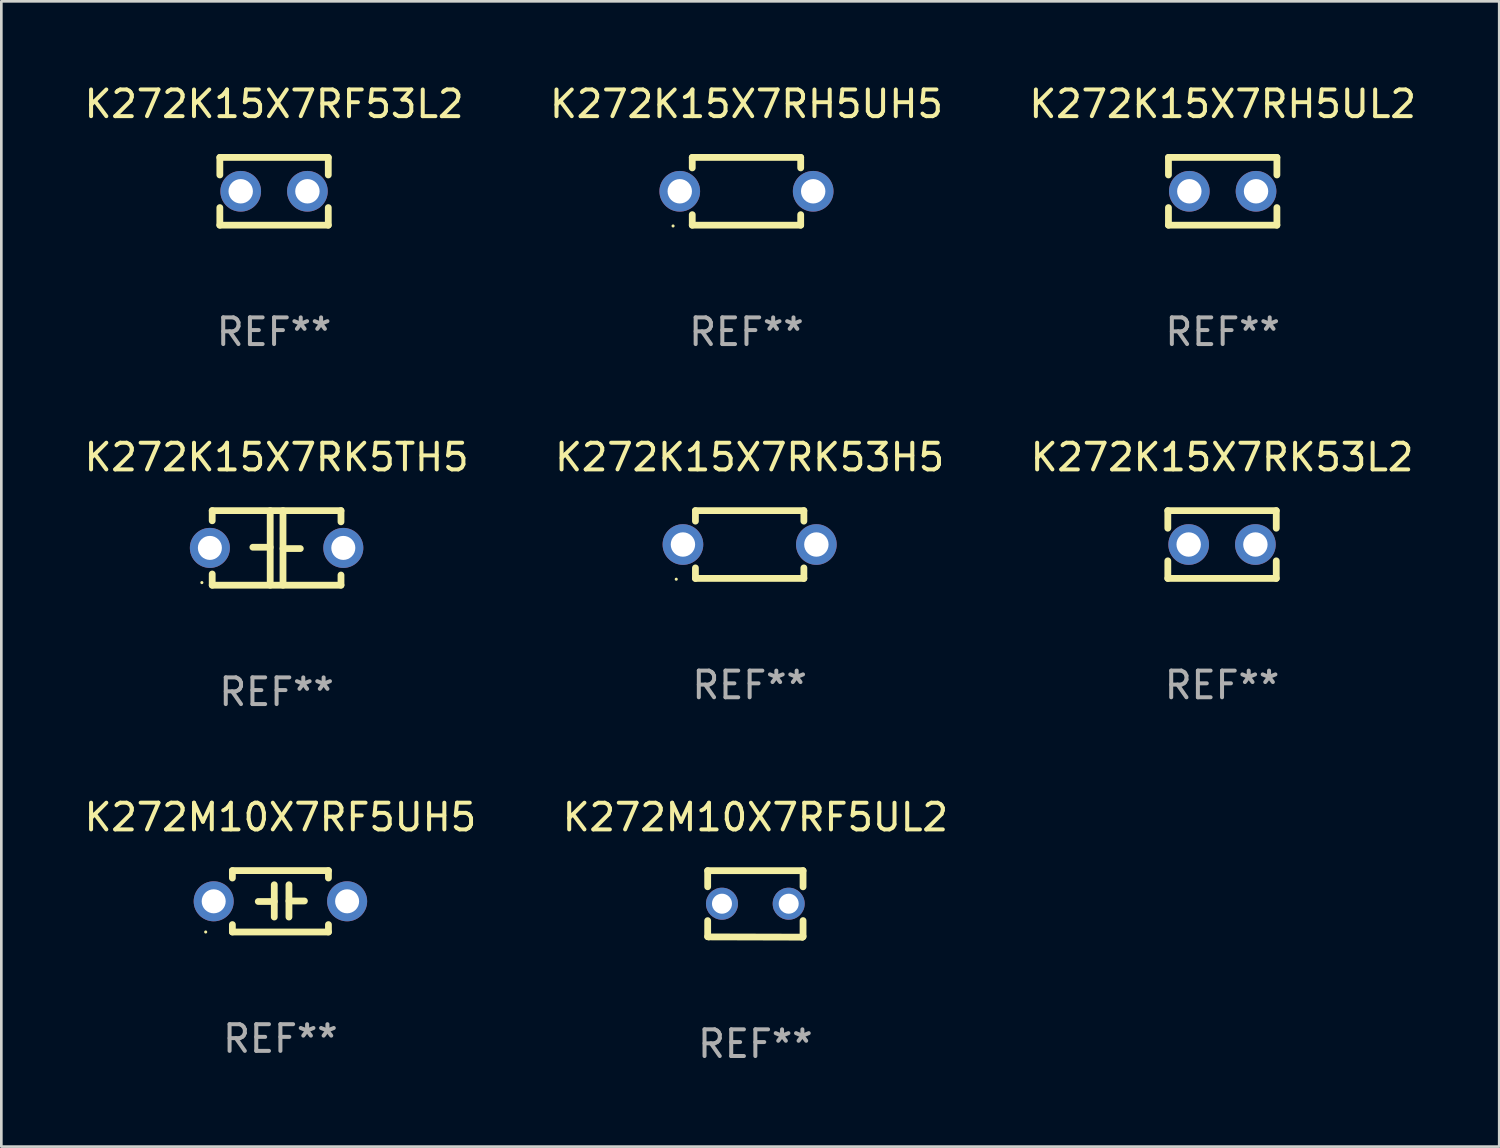
<source format=kicad_pcb>
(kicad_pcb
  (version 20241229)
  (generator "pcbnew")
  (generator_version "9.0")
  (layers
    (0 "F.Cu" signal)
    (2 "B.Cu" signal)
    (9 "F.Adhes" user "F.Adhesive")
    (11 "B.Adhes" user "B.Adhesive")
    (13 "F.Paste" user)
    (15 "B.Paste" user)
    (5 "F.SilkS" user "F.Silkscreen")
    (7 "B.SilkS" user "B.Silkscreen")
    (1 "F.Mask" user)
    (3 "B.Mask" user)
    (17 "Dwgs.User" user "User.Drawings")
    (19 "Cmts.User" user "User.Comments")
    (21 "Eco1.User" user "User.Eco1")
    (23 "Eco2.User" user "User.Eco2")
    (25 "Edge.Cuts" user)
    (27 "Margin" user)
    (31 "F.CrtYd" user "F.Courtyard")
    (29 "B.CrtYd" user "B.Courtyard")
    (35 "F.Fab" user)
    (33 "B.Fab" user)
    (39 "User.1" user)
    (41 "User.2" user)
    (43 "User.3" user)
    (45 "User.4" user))
  (footprint "K272K15X7RF53L2"
    (layer "F.Cu")
    (at 7.22 4.118)
    (property "Reference" "K272K15X7RF53L2" (at 0 -3.27 0) (layer "F.SilkS") (effects (font (size 1 1) (thickness 0.15))))
    (attr through_hole)
    (fp_line (start -2.032 -1.27) (end -2.032 -0.611) (stroke (width 0.254) (type solid)) (layer "F.SilkS"))
    (fp_line (start -2.032 0.611) (end -2.032 1.27) (stroke (width 0.254) (type solid)) (layer "F.SilkS"))
    (fp_line (start -2.032 1.27) (end 2.032 1.27) (stroke (width 0.254) (type solid)) (layer "F.SilkS"))
    (fp_line (start 2.032 -1.27) (end -2.032 -1.27) (stroke (width 0.254) (type solid)) (layer "F.SilkS"))
    (fp_line (start 2.032 -0.611) (end 2.032 -1.27) (stroke (width 0.254) (type solid)) (layer "F.SilkS"))
    (fp_line (start 2.032 1.27) (end 2.032 0.611) (stroke (width 0.254) (type solid)) (layer "F.SilkS"))
    (fp_circle (center -2 1.3) (end -1.97 1.3) (stroke (width 0.06) (type solid)) (fill no) (layer "F.SilkS"))
    (fp_text user "REF**" (at 0 5.27 0) (layer "F.Fab") (effects (font (size 1 1) (thickness 0.15))))
    (pad "1" thru_hole circle (at -1.25 0) (size 1.524 1.524) (drill 0.914) (layers "*.Cu" "*.Mask"))
    (pad "2" thru_hole circle (at 1.25 0) (size 1.524 1.524) (drill 0.914) (layers "*.Cu" "*.Mask")))
  (footprint "K272K15X7RK5TH5"
    (layer "F.Cu")
    (at 7.315 17.482)
    (property "Reference" "K272K15X7RK5TH5" (at 0 -3.397 0) (layer "F.SilkS") (effects (font (size 1 1) (thickness 0.15))))
    (attr through_hole)
    (fp_line (start -2.413 -1.397) (end 2.413 -1.397) (stroke (width 0.254) (type solid)) (layer "F.SilkS"))
    (fp_line (start -2.413 -1.016) (end -2.413 -1.397) (stroke (width 0.254) (type solid)) (layer "F.SilkS"))
    (fp_line (start -2.413 0.977) (end -2.413 1.397) (stroke (width 0.254) (type solid)) (layer "F.SilkS"))
    (fp_line (start -0.24 -0.025) (end -0.889 -0.025) (stroke (width 0.254) (type solid)) (layer "F.SilkS"))
    (fp_line (start -0.24 1.397) (end -0.24 -1.397) (stroke (width 0.254) (type solid)) (layer "F.SilkS"))
    (fp_line (start 0.24 -1.397) (end 0.24 1.397) (stroke (width 0.254) (type solid)) (layer "F.SilkS"))
    (fp_line (start 0.24 0.025) (end 0.889 0.025) (stroke (width 0.254) (type solid)) (layer "F.SilkS"))
    (fp_line (start 2.413 -0.977) (end 2.413 -1.397) (stroke (width 0.254) (type solid)) (layer "F.SilkS"))
    (fp_line (start 2.413 1.016) (end 2.413 1.397) (stroke (width 0.254) (type solid)) (layer "F.SilkS"))
    (fp_line (start 2.413 1.397) (end -2.413 1.397) (stroke (width 0.254) (type solid)) (layer "F.SilkS"))
    (fp_circle (center -2.8 1.3) (end -2.77 1.3) (stroke (width 0.06) (type solid)) (fill no) (layer "F.SilkS"))
    (fp_text user "REF**" (at 0 5.397 0) (layer "F.Fab") (effects (font (size 1 1) (thickness 0.15))))
    (pad "1" thru_hole circle (at -2.5 0) (size 1.5 1.5) (drill 0.9) (layers "*.Cu" "*.Mask"))
    (pad "2" thru_hole circle (at 2.5 0) (size 1.5 1.5) (drill 0.9) (layers "*.Cu" "*.Mask")))
  (footprint "K272K15X7RH5UL2"
    (layer "F.Cu")
    (at 42.768 4.118)
    (property "Reference" "K272K15X7RH5UL2" (at 0 -3.27 0) (layer "F.SilkS") (effects (font (size 1 1) (thickness 0.15))))
    (attr through_hole)
    (fp_line (start -2.032 -1.27) (end -2.032 -0.611) (stroke (width 0.254) (type solid)) (layer "F.SilkS"))
    (fp_line (start -2.032 0.611) (end -2.032 1.27) (stroke (width 0.254) (type solid)) (layer "F.SilkS"))
    (fp_line (start -2.032 1.27) (end 2.032 1.27) (stroke (width 0.254) (type solid)) (layer "F.SilkS"))
    (fp_line (start 2.032 -1.27) (end -2.032 -1.27) (stroke (width 0.254) (type solid)) (layer "F.SilkS"))
    (fp_line (start 2.032 -0.611) (end 2.032 -1.27) (stroke (width 0.254) (type solid)) (layer "F.SilkS"))
    (fp_line (start 2.032 1.27) (end 2.032 0.611) (stroke (width 0.254) (type solid)) (layer "F.SilkS"))
    (fp_circle (center -2 1.3) (end -1.97 1.3) (stroke (width 0.06) (type solid)) (fill no) (layer "F.SilkS"))
    (fp_text user "REF**" (at 0 5.27 0) (layer "F.Fab") (effects (font (size 1 1) (thickness 0.15))))
    (pad "1" thru_hole circle (at -1.25 0) (size 1.524 1.524) (drill 0.914) (layers "*.Cu" "*.Mask"))
    (pad "2" thru_hole circle (at 1.25 0) (size 1.524 1.524) (drill 0.914) (layers "*.Cu" "*.Mask")))
  (footprint "K272M10X7RF5UH5"
    (layer "F.Cu")
    (at 7.458 30.725)
    (property "Reference" "K272M10X7RF5UH5" (at 0 -3.15 0) (layer "F.SilkS") (effects (font (size 1 1) (thickness 0.15))))
    (attr through_hole)
    (fp_line (start -1.8 -1.15) (end -1.8 -0.872) (stroke (width 0.254) (type solid)) (layer "F.SilkS"))
    (fp_line (start -1.8 -1.15) (end 1.8 -1.15) (stroke (width 0.254) (type solid)) (layer "F.SilkS"))
    (fp_line (start -1.8 0.872) (end -1.8 1.15) (stroke (width 0.254) (type solid)) (layer "F.SilkS"))
    (fp_line (start -1.8 1.15) (end 1.8 1.15) (stroke (width 0.254) (type solid)) (layer "F.SilkS"))
    (fp_line (start -0.23 -0.62) (end -0.23 0.59) (stroke (width 0.254) (type solid)) (layer "F.SilkS"))
    (fp_line (start -0.23 0.007) (end -0.83 0.007) (stroke (width 0.254) (type solid)) (layer "F.SilkS"))
    (fp_line (start 0.32 -0.62) (end 0.32 0.59) (stroke (width 0.254) (type solid)) (layer "F.SilkS"))
    (fp_line (start 0.32 -0.012) (end 0.9 -0.012) (stroke (width 0.254) (type solid)) (layer "F.SilkS"))
    (fp_line (start 1.8 -1.15) (end 1.8 -0.872) (stroke (width 0.254) (type solid)) (layer "F.SilkS"))
    (fp_line (start 1.8 0.872) (end 1.8 1.15) (stroke (width 0.254) (type solid)) (layer "F.SilkS"))
    (fp_circle (center -2.8 1.15) (end -2.77 1.15) (stroke (width 0.06) (type solid)) (fill no) (layer "F.SilkS"))
    (fp_text user "REF**" (at 0 5.15 0) (layer "F.Fab") (effects (font (size 1 1) (thickness 0.15))))
    (pad "1" thru_hole circle (at -2.5 0) (size 1.5 1.5) (drill 0.9) (layers "*.Cu" "*.Mask"))
    (pad "2" thru_hole circle (at 2.5 0) (size 1.5 1.5) (drill 0.9) (layers "*.Cu" "*.Mask")))
  (footprint "K272K15X7RK53L2"
    (layer "F.Cu")
    (at 42.744 17.355)
    (property "Reference" "K272K15X7RK53L2" (at 0 -3.27 0) (layer "F.SilkS") (effects (font (size 1 1) (thickness 0.15))))
    (attr through_hole)
    (fp_line (start -2.032 -1.27) (end -2.032 -0.611) (stroke (width 0.254) (type solid)) (layer "F.SilkS"))
    (fp_line (start -2.032 0.611) (end -2.032 1.27) (stroke (width 0.254) (type solid)) (layer "F.SilkS"))
    (fp_line (start -2.032 1.27) (end 2.032 1.27) (stroke (width 0.254) (type solid)) (layer "F.SilkS"))
    (fp_line (start 2.032 -1.27) (end -2.032 -1.27) (stroke (width 0.254) (type solid)) (layer "F.SilkS"))
    (fp_line (start 2.032 -0.611) (end 2.032 -1.27) (stroke (width 0.254) (type solid)) (layer "F.SilkS"))
    (fp_line (start 2.032 1.27) (end 2.032 0.611) (stroke (width 0.254) (type solid)) (layer "F.SilkS"))
    (fp_circle (center -2 1.3) (end -1.97 1.3) (stroke (width 0.06) (type solid)) (fill no) (layer "F.SilkS"))
    (fp_text user "REF**" (at 0 5.27 0) (layer "F.Fab") (effects (font (size 1 1) (thickness 0.15))))
    (pad "1" thru_hole circle (at -1.25 0) (size 1.524 1.524) (drill 0.914) (layers "*.Cu" "*.Mask"))
    (pad "2" thru_hole circle (at 1.25 0) (size 1.524 1.524) (drill 0.914) (layers "*.Cu" "*.Mask")))
  (footprint "K272M10X7RF5UL2"
    (layer "F.Cu")
    (at 25.256 30.822)
    (property "Reference" "K272M10X7RF5UL2" (at 0 -3.246 0) (layer "F.SilkS") (effects (font (size 1 1) (thickness 0.15))))
    (attr through_hole)
    (fp_line (start -1.787 -1.246) (end -1.787 -0.642) (stroke (width 0.254) (type solid)) (layer "F.SilkS"))
    (fp_line (start -1.787 0.627) (end -1.787 1.228) (stroke (width 0.254) (type solid)) (layer "F.SilkS"))
    (fp_line (start -1.787 1.228) (end -1.75 1.237) (stroke (width 0.254) (type solid)) (layer "F.SilkS"))
    (fp_line (start -1.75 1.237) (end 1.759 1.246) (stroke (width 0.254) (type solid)) (layer "F.SilkS"))
    (fp_line (start 1.759 1.246) (end 1.787 1.218) (stroke (width 0.254) (type solid)) (layer "F.SilkS"))
    (fp_line (start 1.787 -1.246) (end -1.787 -1.246) (stroke (width 0.254) (type solid)) (layer "F.SilkS"))
    (fp_line (start 1.787 -0.639) (end 1.787 -1.246) (stroke (width 0.254) (type solid)) (layer "F.SilkS"))
    (fp_line (start 1.787 1.237) (end 1.787 0.625) (stroke (width 0.254) (type solid)) (layer "F.SilkS"))
    (fp_circle (center -1.801 1.243) (end -1.771 1.243) (stroke (width 0.06) (type solid)) (fill no) (layer "F.SilkS"))
    (fp_text user "REF**" (at 0 5.246 0) (layer "F.Fab") (effects (font (size 1 1) (thickness 0.15))))
    (pad "1" thru_hole circle (at -1.251 -0.007) (size 1.2 1.2) (drill 0.75) (layers "*.Cu" "*.Mask"))
    (pad "2" thru_hole circle (at 1.249 -0.007) (size 1.2 1.2) (drill 0.75) (layers "*.Cu" "*.Mask")))
  (footprint "K272K15X7RH5UH5"
    (layer "F.Cu")
    (at 24.923 4.118)
    (property "Reference" "K272K15X7RH5UH5" (at 0 -3.27 0) (layer "F.SilkS") (effects (font (size 1 1) (thickness 0.15))))
    (attr through_hole)
    (fp_line (start -2.032 -1.27) (end -2.032 -0.876) (stroke (width 0.254) (type solid)) (layer "F.SilkS"))
    (fp_line (start -2.032 0.876) (end -2.032 1.27) (stroke (width 0.254) (type solid)) (layer "F.SilkS"))
    (fp_line (start -2.032 1.27) (end 2.032 1.27) (stroke (width 0.254) (type solid)) (layer "F.SilkS"))
    (fp_line (start 2.032 -1.27) (end -2.032 -1.27) (stroke (width 0.254) (type solid)) (layer "F.SilkS"))
    (fp_line (start 2.032 -0.876) (end 2.032 -1.27) (stroke (width 0.254) (type solid)) (layer "F.SilkS"))
    (fp_line (start 2.032 1.27) (end 2.032 0.876) (stroke (width 0.254) (type solid)) (layer "F.SilkS"))
    (fp_circle (center -2.751 1.3) (end -2.721 1.3) (stroke (width 0.06) (type solid)) (fill no) (layer "F.SilkS"))
    (fp_text user "REF**" (at 0 5.27 0) (layer "F.Fab") (effects (font (size 1 1) (thickness 0.15))))
    (pad "1" thru_hole circle (at -2.5 0) (size 1.524 1.524) (drill 0.914) (layers "*.Cu" "*.Mask"))
    (pad "2" thru_hole circle (at 2.5 0) (size 1.524 1.524) (drill 0.914) (layers "*.Cu" "*.Mask")))
  (footprint "K272K15X7RK53H5"
    (layer "F.Cu")
    (at 25.042 17.355)
    (property "Reference" "K272K15X7RK53H5" (at 0 -3.27 0) (layer "F.SilkS") (effects (font (size 1 1) (thickness 0.15))))
    (attr through_hole)
    (fp_line (start -2.032 -1.27) (end -2.032 -0.876) (stroke (width 0.254) (type solid)) (layer "F.SilkS"))
    (fp_line (start -2.032 0.876) (end -2.032 1.27) (stroke (width 0.254) (type solid)) (layer "F.SilkS"))
    (fp_line (start -2.032 1.27) (end 2.032 1.27) (stroke (width 0.254) (type solid)) (layer "F.SilkS"))
    (fp_line (start 2.032 -1.27) (end -2.032 -1.27) (stroke (width 0.254) (type solid)) (layer "F.SilkS"))
    (fp_line (start 2.032 -0.876) (end 2.032 -1.27) (stroke (width 0.254) (type solid)) (layer "F.SilkS"))
    (fp_line (start 2.032 1.27) (end 2.032 0.876) (stroke (width 0.254) (type solid)) (layer "F.SilkS"))
    (fp_circle (center -2.751 1.3) (end -2.721 1.3) (stroke (width 0.06) (type solid)) (fill no) (layer "F.SilkS"))
    (fp_text user "REF**" (at 0 5.27 0) (layer "F.Fab") (effects (font (size 1 1) (thickness 0.15))))
    (pad "1" thru_hole circle (at -2.5 0) (size 1.524 1.524) (drill 0.914) (layers "*.Cu" "*.Mask"))
    (pad "2" thru_hole circle (at 2.5 0) (size 1.524 1.524) (drill 0.914) (layers "*.Cu" "*.Mask")))
  (gr_rect
    (start -3 -3)
    (end 53.131 39.916)
    (stroke (width 0.1) (type default))
    (fill no)
    (layer "Edge.Cuts")))
</source>
